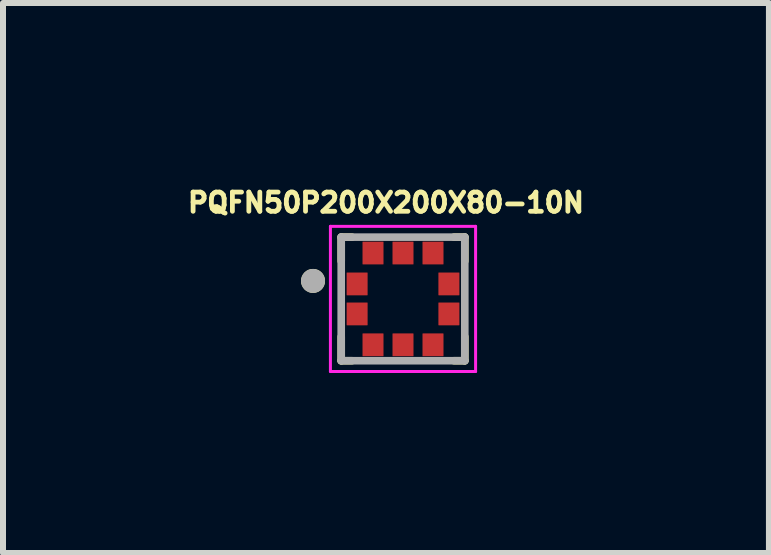
<source format=kicad_pcb>
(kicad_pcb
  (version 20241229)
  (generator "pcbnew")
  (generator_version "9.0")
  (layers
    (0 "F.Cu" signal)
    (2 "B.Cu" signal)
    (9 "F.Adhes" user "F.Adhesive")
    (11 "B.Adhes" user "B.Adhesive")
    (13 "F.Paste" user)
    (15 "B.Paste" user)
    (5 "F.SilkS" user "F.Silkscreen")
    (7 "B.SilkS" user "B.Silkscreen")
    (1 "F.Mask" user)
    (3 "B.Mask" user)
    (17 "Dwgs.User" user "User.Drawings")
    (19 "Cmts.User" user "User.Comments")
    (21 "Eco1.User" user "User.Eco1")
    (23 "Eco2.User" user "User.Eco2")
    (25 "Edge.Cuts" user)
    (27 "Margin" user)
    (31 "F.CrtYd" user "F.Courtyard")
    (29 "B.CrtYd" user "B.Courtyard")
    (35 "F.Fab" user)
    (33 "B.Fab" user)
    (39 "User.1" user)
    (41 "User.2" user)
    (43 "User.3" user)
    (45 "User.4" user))
  (footprint "PQFN50P200X200X80-10N"
    (layer "F.Cu")
    (at 3.668 1.933)
    (property "Reference" "PQFN50P200X200X80-10N" (at -0.284 -1.605 0) (layer "F.SilkS") (effects (font (size 0.32 0.32) (thickness 0.15))))
    (attr through_hole)
    (fp_line (start -1.03 -1.03) (end -0.85 -1.03) (stroke (width 0.127) (type solid)) (layer "F.SilkS"))
    (fp_line (start -1.03 -0.63) (end -1.03 -1.03) (stroke (width 0.127) (type solid)) (layer "F.SilkS"))
    (fp_line (start -1.03 1.03) (end -1.03 0.63) (stroke (width 0.127) (type solid)) (layer "F.SilkS"))
    (fp_line (start -0.85 1.03) (end -1.03 1.03) (stroke (width 0.127) (type solid)) (layer "F.SilkS"))
    (fp_line (start 0.85 -1.03) (end 1.03 -1.03) (stroke (width 0.127) (type solid)) (layer "F.SilkS"))
    (fp_line (start 0.85 1.03) (end 1.03 1.03) (stroke (width 0.127) (type solid)) (layer "F.SilkS"))
    (fp_line (start 1.03 -1.03) (end 1.03 -0.63) (stroke (width 0.127) (type solid)) (layer "F.SilkS"))
    (fp_line (start 1.03 1.03) (end 1.03 0.63) (stroke (width 0.127) (type solid)) (layer "F.SilkS"))
    (fp_circle (center -1.5 -0.3) (end -1.4 -0.3) (stroke (width 0.2) (type solid)) (fill no) (layer "F.SilkS"))
    (fp_line (start -1.21 -1.21) (end 1.21 -1.21) (stroke (width 0.05) (type solid)) (layer "F.CrtYd"))
    (fp_line (start -1.21 1.21) (end -1.21 -1.21) (stroke (width 0.05) (type solid)) (layer "F.CrtYd"))
    (fp_line (start 1.21 -1.21) (end 1.21 1.21) (stroke (width 0.05) (type solid)) (layer "F.CrtYd"))
    (fp_line (start 1.21 1.21) (end -1.21 1.21) (stroke (width 0.05) (type solid)) (layer "F.CrtYd"))
    (fp_line (start -1.03 -1.03) (end 1.03 -1.03) (stroke (width 0.127) (type solid)) (layer "F.Fab"))
    (fp_line (start -1.03 1.03) (end -1.03 -1.03) (stroke (width 0.127) (type solid)) (layer "F.Fab"))
    (fp_line (start 1.03 -1.03) (end 1.03 1.03) (stroke (width 0.127) (type solid)) (layer "F.Fab"))
    (fp_line (start 1.03 1.03) (end -1.03 1.03) (stroke (width 0.127) (type solid)) (layer "F.Fab"))
    (fp_circle (center -1.5 -0.3) (end -1.4 -0.3) (stroke (width 0.2) (type solid)) (fill no) (layer "F.Fab"))
    (pad "1" smd roundrect (at -0.765 -0.25 90) (size 0.38 0.35) (layers "F.Cu" "F.Mask" "F.Paste") (roundrect_rratio 0.02))
    (pad "2" smd roundrect (at -0.765 0.25 90) (size 0.38 0.35) (layers "F.Cu" "F.Mask" "F.Paste") (roundrect_rratio 0.02))
    (pad "3" smd roundrect (at -0.5 0.765 90) (size 0.38 0.35) (layers "F.Cu" "F.Mask" "F.Paste") (roundrect_rratio 0.02))
    (pad "4" smd roundrect (at 0 0.765 90) (size 0.38 0.35) (layers "F.Cu" "F.Mask" "F.Paste") (roundrect_rratio 0.02))
    (pad "5" smd roundrect (at 0.5 0.765 90) (size 0.38 0.35) (layers "F.Cu" "F.Mask" "F.Paste") (roundrect_rratio 0.02))
    (pad "6" smd roundrect (at 0.765 0.25 90) (size 0.38 0.35) (layers "F.Cu" "F.Mask" "F.Paste") (roundrect_rratio 0.02))
    (pad "7" smd roundrect (at 0.765 -0.25 90) (size 0.38 0.35) (layers "F.Cu" "F.Mask" "F.Paste") (roundrect_rratio 0.02))
    (pad "8" smd roundrect (at 0.5 -0.765 90) (size 0.38 0.35) (layers "F.Cu" "F.Mask" "F.Paste") (roundrect_rratio 0.02))
    (pad "9" smd roundrect (at 0 -0.765 90) (size 0.38 0.35) (layers "F.Cu" "F.Mask" "F.Paste") (roundrect_rratio 0.02))
    (pad "10" smd roundrect (at -0.5 -0.765 90) (size 0.38 0.35) (layers "F.Cu" "F.Mask" "F.Paste") (roundrect_rratio 0.02)))
  (gr_rect
    (start -3 -3)
    (end 9.768 6.168)
    (stroke (width 0.1) (type default))
    (fill no)
    (layer "Edge.Cuts")))
</source>
